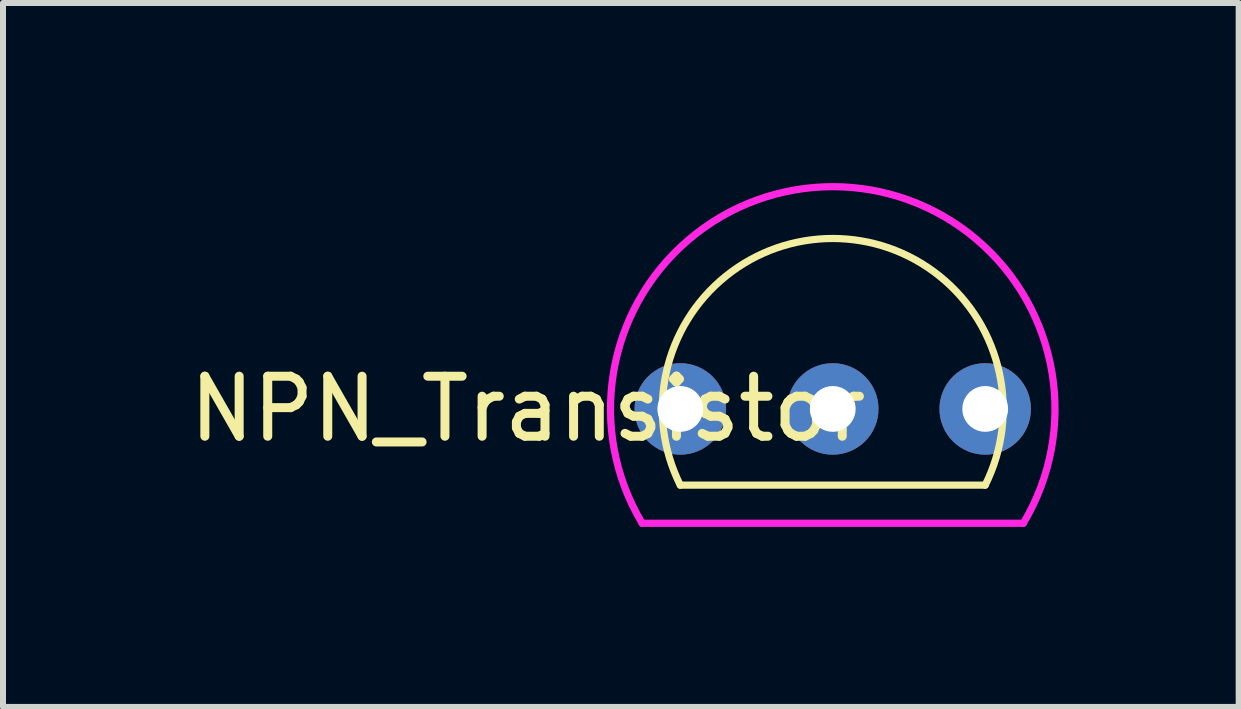
<source format=kicad_pcb>
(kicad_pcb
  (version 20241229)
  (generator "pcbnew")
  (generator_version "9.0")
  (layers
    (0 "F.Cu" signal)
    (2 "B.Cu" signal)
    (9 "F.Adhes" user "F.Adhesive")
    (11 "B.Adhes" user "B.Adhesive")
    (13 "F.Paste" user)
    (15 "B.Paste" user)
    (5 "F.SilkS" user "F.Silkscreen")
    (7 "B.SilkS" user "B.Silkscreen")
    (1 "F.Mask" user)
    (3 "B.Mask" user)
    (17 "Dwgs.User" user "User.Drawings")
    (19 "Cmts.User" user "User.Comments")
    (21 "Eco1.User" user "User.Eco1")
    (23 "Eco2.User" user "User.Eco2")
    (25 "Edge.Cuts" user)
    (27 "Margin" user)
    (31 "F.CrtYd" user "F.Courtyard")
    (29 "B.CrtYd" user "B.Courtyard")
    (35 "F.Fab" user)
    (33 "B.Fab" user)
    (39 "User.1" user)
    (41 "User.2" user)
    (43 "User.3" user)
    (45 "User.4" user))
  (footprint "NPN_Transistor"
    (layer "F.Cu")
    (at 8.284 3.763)
    (property "Reference" "NPN_Transistor" (at -2.54 0 0) (layer "F.SilkS") (effects (font (size 1 1) (thickness 0.15))))
    (attr through_hole)
    (fp_line (start 0 1.27) (end 5.08 1.27) (stroke (width 0.12) (type solid)) (layer "F.SilkS"))
    (fp_arc (start 0 1.27) (mid 2.54 -2.839806) (end 5.08 1.27) (stroke (width 0.12) (type solid)) (layer "F.SilkS"))
    (fp_line (start -0.635 1.905) (end 5.715 1.905) (stroke (width 0.12) (type solid)) (layer "F.CrtYd"))
    (fp_arc (start -0.635914 1.903475) (mid 2.540889 -3.702654) (end 5.715 1.905) (stroke (width 0.12) (type solid)) (layer "F.CrtYd"))
    (pad "1" thru_hole circle (at 0 0) (size 1.524 1.524) (drill 0.762) (layers "*.Cu" "*.Mask"))
    (pad "2" thru_hole circle (at 2.54 0) (size 1.524 1.524) (drill 0.762) (layers "*.Cu" "*.Mask"))
    (pad "3" thru_hole circle (at 5.08 0) (size 1.524 1.524) (drill 0.762) (layers "*.Cu" "*.Mask")))
  (gr_rect
    (start -3 -3)
    (end 17.587 8.728)
    (stroke (width 0.1) (type default))
    (fill no)
    (layer "Edge.Cuts")))
</source>
